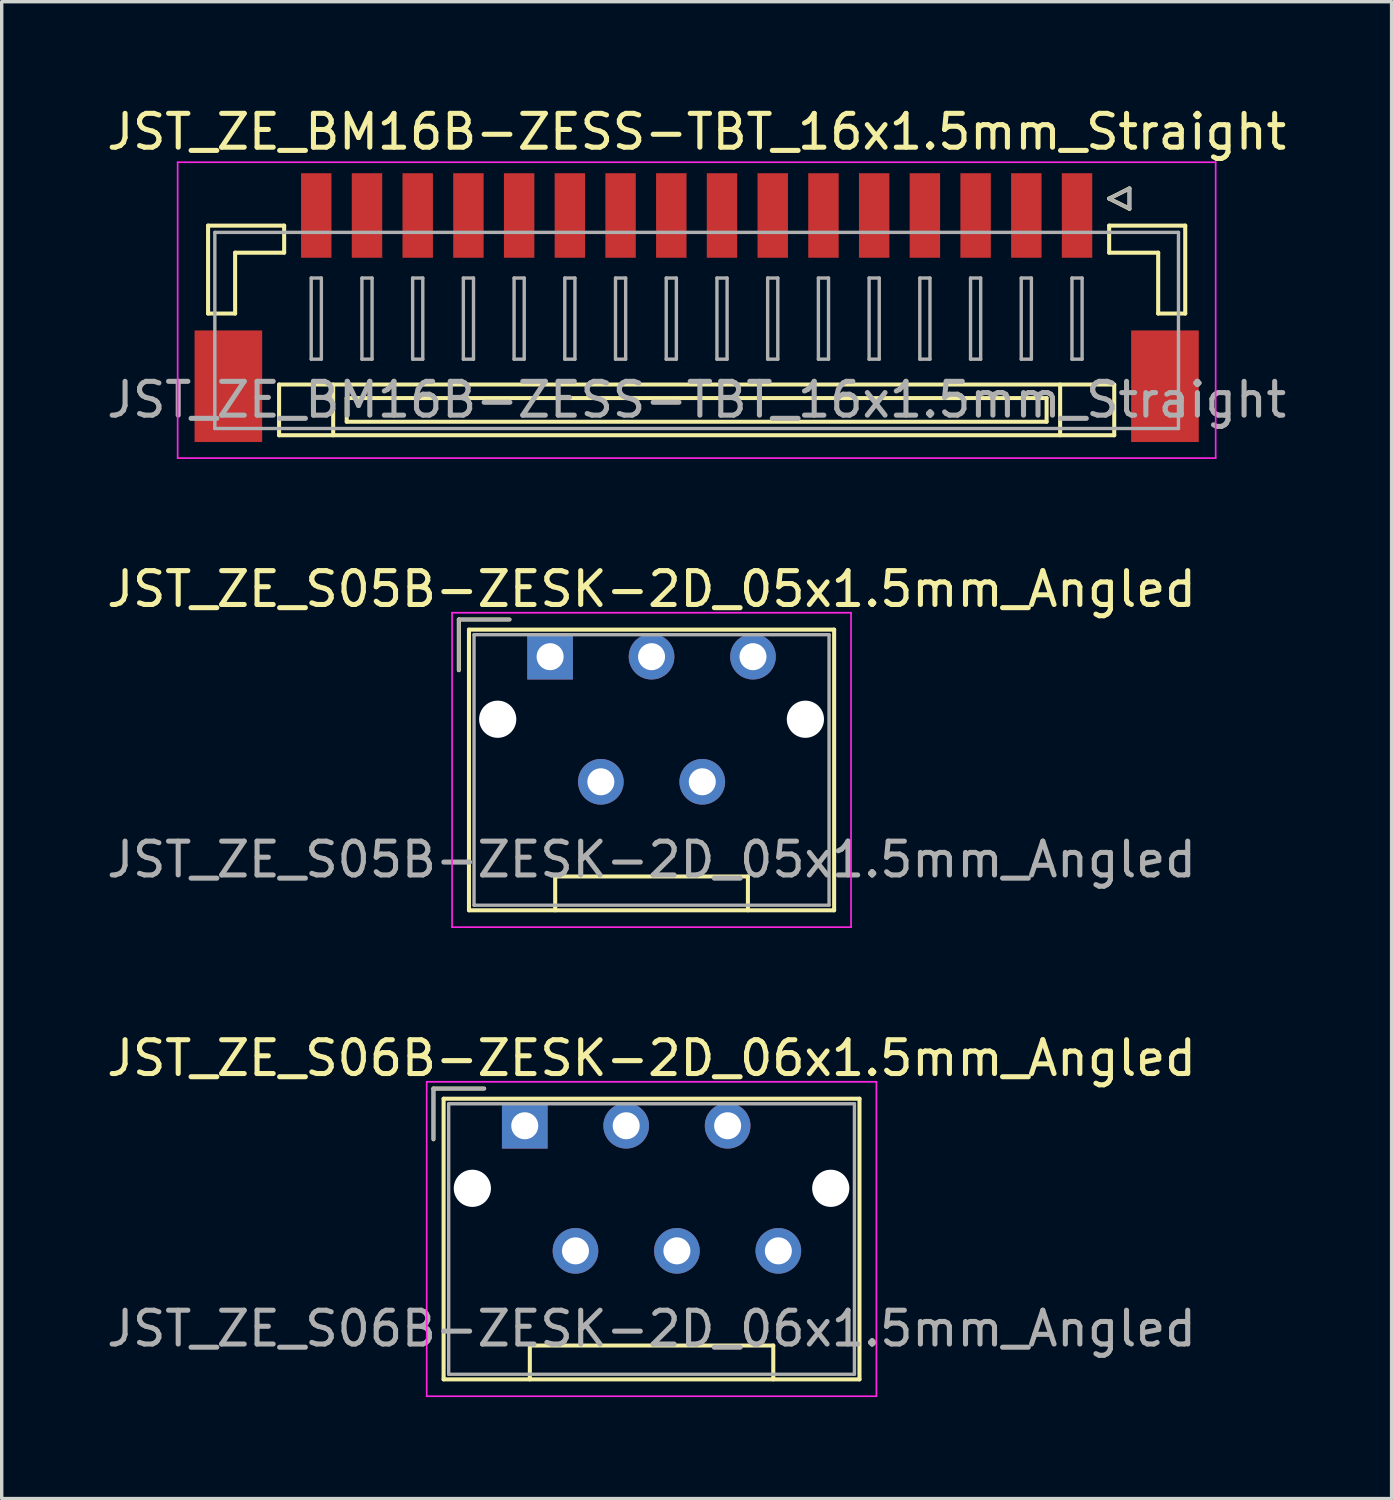
<source format=kicad_pcb>
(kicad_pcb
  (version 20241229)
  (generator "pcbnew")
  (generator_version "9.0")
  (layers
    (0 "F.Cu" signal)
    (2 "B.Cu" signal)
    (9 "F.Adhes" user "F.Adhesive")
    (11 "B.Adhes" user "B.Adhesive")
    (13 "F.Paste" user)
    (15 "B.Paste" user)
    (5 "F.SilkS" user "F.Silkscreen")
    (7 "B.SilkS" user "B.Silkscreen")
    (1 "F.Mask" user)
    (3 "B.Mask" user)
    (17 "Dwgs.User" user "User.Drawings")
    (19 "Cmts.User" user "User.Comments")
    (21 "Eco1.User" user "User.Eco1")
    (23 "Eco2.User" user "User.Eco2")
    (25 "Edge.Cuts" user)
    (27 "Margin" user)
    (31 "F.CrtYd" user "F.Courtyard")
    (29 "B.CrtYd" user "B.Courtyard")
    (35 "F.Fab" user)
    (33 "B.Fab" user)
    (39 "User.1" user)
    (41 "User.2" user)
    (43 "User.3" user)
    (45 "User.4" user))
  (footprint "JST_ZE_BM16B-ZESS-TBT_16x1.5mm_Straight"
    (layer "F.Cu")
    (at 17.554 5.848)
    (property "Reference" "JST_ZE_BM16B-ZESS-TBT_16x1.5mm_Straight" (at 0 -5 0) (layer "F.SilkS") (effects (font (size 1 1) (thickness 0.15))))
    (attr smd)
    (fp_line (start -14.45 -2.225) (end -14.45 0.375) (stroke (width 0.12) (type solid)) (layer "F.SilkS"))
    (fp_line (start -14.45 0.375) (end -13.65 0.375) (stroke (width 0.12) (type solid)) (layer "F.SilkS"))
    (fp_line (start -13.65 -1.425) (end -12.2 -1.425) (stroke (width 0.12) (type solid)) (layer "F.SilkS"))
    (fp_line (start -13.65 0.375) (end -13.65 -1.425) (stroke (width 0.12) (type solid)) (layer "F.SilkS"))
    (fp_line (start -12.35 2.475) (end -12.35 3.975) (stroke (width 0.12) (type solid)) (layer "F.SilkS"))
    (fp_line (start -12.35 3.975) (end 12.35 3.975) (stroke (width 0.12) (type solid)) (layer "F.SilkS"))
    (fp_line (start -12.2 -2.225) (end -14.45 -2.225) (stroke (width 0.12) (type solid)) (layer "F.SilkS"))
    (fp_line (start -12.2 -1.425) (end -12.2 -2.225) (stroke (width 0.12) (type solid)) (layer "F.SilkS"))
    (fp_line (start -10.75 2.475) (end -10.75 3.975) (stroke (width 0.12) (type solid)) (layer "F.SilkS"))
    (fp_line (start -10.35 2.875) (end -10.35 3.575) (stroke (width 0.12) (type solid)) (layer "F.SilkS"))
    (fp_line (start -10.35 3.575) (end 10.35 3.575) (stroke (width 0.12) (type solid)) (layer "F.SilkS"))
    (fp_line (start 10.35 2.875) (end -10.35 2.875) (stroke (width 0.12) (type solid)) (layer "F.SilkS"))
    (fp_line (start 10.35 3.575) (end 10.35 2.875) (stroke (width 0.12) (type solid)) (layer "F.SilkS"))
    (fp_line (start 10.75 2.475) (end 10.75 3.975) (stroke (width 0.12) (type solid)) (layer "F.SilkS"))
    (fp_line (start 12.2 -3.025) (end 12.8 -3.325) (stroke (width 0.12) (type solid)) (layer "F.SilkS"))
    (fp_line (start 12.2 -2.225) (end 14.45 -2.225) (stroke (width 0.12) (type solid)) (layer "F.SilkS"))
    (fp_line (start 12.2 -1.425) (end 12.2 -2.225) (stroke (width 0.12) (type solid)) (layer "F.SilkS"))
    (fp_line (start 12.35 2.475) (end -12.35 2.475) (stroke (width 0.12) (type solid)) (layer "F.SilkS"))
    (fp_line (start 12.35 3.975) (end 12.35 2.475) (stroke (width 0.12) (type solid)) (layer "F.SilkS"))
    (fp_line (start 12.8 -3.325) (end 12.8 -2.725) (stroke (width 0.12) (type solid)) (layer "F.SilkS"))
    (fp_line (start 12.8 -2.725) (end 12.2 -3.025) (stroke (width 0.12) (type solid)) (layer "F.SilkS"))
    (fp_line (start 13.65 -1.425) (end 12.2 -1.425) (stroke (width 0.12) (type solid)) (layer "F.SilkS"))
    (fp_line (start 13.65 0.375) (end 13.65 -1.425) (stroke (width 0.12) (type solid)) (layer "F.SilkS"))
    (fp_line (start 14.45 -2.225) (end 14.45 0.375) (stroke (width 0.12) (type solid)) (layer "F.SilkS"))
    (fp_line (start 14.45 0.375) (end 13.65 0.375) (stroke (width 0.12) (type solid)) (layer "F.SilkS"))
    (fp_line (start -15.35 -4.1) (end -15.35 4.65) (stroke (width 0.05) (type solid)) (layer "F.CrtYd"))
    (fp_line (start -15.35 4.65) (end 15.35 4.65) (stroke (width 0.05) (type solid)) (layer "F.CrtYd"))
    (fp_line (start 15.35 -4.1) (end -15.35 -4.1) (stroke (width 0.05) (type solid)) (layer "F.CrtYd"))
    (fp_line (start 15.35 4.65) (end 15.35 -4.1) (stroke (width 0.05) (type solid)) (layer "F.CrtYd"))
    (fp_line (start -14.25 -2.025) (end -14.25 3.775) (stroke (width 0.1) (type solid)) (layer "F.Fab"))
    (fp_line (start -14.25 3.775) (end 14.25 3.775) (stroke (width 0.1) (type solid)) (layer "F.Fab"))
    (fp_line (start -11.4 -0.675) (end -11.4 1.725) (stroke (width 0.1) (type solid)) (layer "F.Fab"))
    (fp_line (start -11.4 1.725) (end -11.1 1.725) (stroke (width 0.1) (type solid)) (layer "F.Fab"))
    (fp_line (start -11.1 -0.675) (end -11.4 -0.675) (stroke (width 0.1) (type solid)) (layer "F.Fab"))
    (fp_line (start -11.1 1.725) (end -11.1 -0.675) (stroke (width 0.1) (type solid)) (layer "F.Fab"))
    (fp_line (start -9.9 -0.675) (end -9.9 1.725) (stroke (width 0.1) (type solid)) (layer "F.Fab"))
    (fp_line (start -9.9 1.725) (end -9.6 1.725) (stroke (width 0.1) (type solid)) (layer "F.Fab"))
    (fp_line (start -9.6 -0.675) (end -9.9 -0.675) (stroke (width 0.1) (type solid)) (layer "F.Fab"))
    (fp_line (start -9.6 1.725) (end -9.6 -0.675) (stroke (width 0.1) (type solid)) (layer "F.Fab"))
    (fp_line (start -8.4 -0.675) (end -8.4 1.725) (stroke (width 0.1) (type solid)) (layer "F.Fab"))
    (fp_line (start -8.4 1.725) (end -8.1 1.725) (stroke (width 0.1) (type solid)) (layer "F.Fab"))
    (fp_line (start -8.1 -0.675) (end -8.4 -0.675) (stroke (width 0.1) (type solid)) (layer "F.Fab"))
    (fp_line (start -8.1 1.725) (end -8.1 -0.675) (stroke (width 0.1) (type solid)) (layer "F.Fab"))
    (fp_line (start -6.9 -0.675) (end -6.9 1.725) (stroke (width 0.1) (type solid)) (layer "F.Fab"))
    (fp_line (start -6.9 1.725) (end -6.6 1.725) (stroke (width 0.1) (type solid)) (layer "F.Fab"))
    (fp_line (start -6.6 -0.675) (end -6.9 -0.675) (stroke (width 0.1) (type solid)) (layer "F.Fab"))
    (fp_line (start -6.6 1.725) (end -6.6 -0.675) (stroke (width 0.1) (type solid)) (layer "F.Fab"))
    (fp_line (start -5.4 -0.675) (end -5.4 1.725) (stroke (width 0.1) (type solid)) (layer "F.Fab"))
    (fp_line (start -5.4 1.725) (end -5.1 1.725) (stroke (width 0.1) (type solid)) (layer "F.Fab"))
    (fp_line (start -5.1 -0.675) (end -5.4 -0.675) (stroke (width 0.1) (type solid)) (layer "F.Fab"))
    (fp_line (start -5.1 1.725) (end -5.1 -0.675) (stroke (width 0.1) (type solid)) (layer "F.Fab"))
    (fp_line (start -3.9 -0.675) (end -3.9 1.725) (stroke (width 0.1) (type solid)) (layer "F.Fab"))
    (fp_line (start -3.9 1.725) (end -3.6 1.725) (stroke (width 0.1) (type solid)) (layer "F.Fab"))
    (fp_line (start -3.6 -0.675) (end -3.9 -0.675) (stroke (width 0.1) (type solid)) (layer "F.Fab"))
    (fp_line (start -3.6 1.725) (end -3.6 -0.675) (stroke (width 0.1) (type solid)) (layer "F.Fab"))
    (fp_line (start -2.4 -0.675) (end -2.4 1.725) (stroke (width 0.1) (type solid)) (layer "F.Fab"))
    (fp_line (start -2.4 1.725) (end -2.1 1.725) (stroke (width 0.1) (type solid)) (layer "F.Fab"))
    (fp_line (start -2.1 -0.675) (end -2.4 -0.675) (stroke (width 0.1) (type solid)) (layer "F.Fab"))
    (fp_line (start -2.1 1.725) (end -2.1 -0.675) (stroke (width 0.1) (type solid)) (layer "F.Fab"))
    (fp_line (start -0.9 -0.675) (end -0.9 1.725) (stroke (width 0.1) (type solid)) (layer "F.Fab"))
    (fp_line (start -0.9 1.725) (end -0.6 1.725) (stroke (width 0.1) (type solid)) (layer "F.Fab"))
    (fp_line (start -0.6 -0.675) (end -0.9 -0.675) (stroke (width 0.1) (type solid)) (layer "F.Fab"))
    (fp_line (start -0.6 1.725) (end -0.6 -0.675) (stroke (width 0.1) (type solid)) (layer "F.Fab"))
    (fp_line (start 0.6 -0.675) (end 0.6 1.725) (stroke (width 0.1) (type solid)) (layer "F.Fab"))
    (fp_line (start 0.6 1.725) (end 0.9 1.725) (stroke (width 0.1) (type solid)) (layer "F.Fab"))
    (fp_line (start 0.9 -0.675) (end 0.6 -0.675) (stroke (width 0.1) (type solid)) (layer "F.Fab"))
    (fp_line (start 0.9 1.725) (end 0.9 -0.675) (stroke (width 0.1) (type solid)) (layer "F.Fab"))
    (fp_line (start 2.1 -0.675) (end 2.1 1.725) (stroke (width 0.1) (type solid)) (layer "F.Fab"))
    (fp_line (start 2.1 1.725) (end 2.4 1.725) (stroke (width 0.1) (type solid)) (layer "F.Fab"))
    (fp_line (start 2.4 -0.675) (end 2.1 -0.675) (stroke (width 0.1) (type solid)) (layer "F.Fab"))
    (fp_line (start 2.4 1.725) (end 2.4 -0.675) (stroke (width 0.1) (type solid)) (layer "F.Fab"))
    (fp_line (start 3.6 -0.675) (end 3.6 1.725) (stroke (width 0.1) (type solid)) (layer "F.Fab"))
    (fp_line (start 3.6 1.725) (end 3.9 1.725) (stroke (width 0.1) (type solid)) (layer "F.Fab"))
    (fp_line (start 3.9 -0.675) (end 3.6 -0.675) (stroke (width 0.1) (type solid)) (layer "F.Fab"))
    (fp_line (start 3.9 1.725) (end 3.9 -0.675) (stroke (width 0.1) (type solid)) (layer "F.Fab"))
    (fp_line (start 5.1 -0.675) (end 5.1 1.725) (stroke (width 0.1) (type solid)) (layer "F.Fab"))
    (fp_line (start 5.1 1.725) (end 5.4 1.725) (stroke (width 0.1) (type solid)) (layer "F.Fab"))
    (fp_line (start 5.4 -0.675) (end 5.1 -0.675) (stroke (width 0.1) (type solid)) (layer "F.Fab"))
    (fp_line (start 5.4 1.725) (end 5.4 -0.675) (stroke (width 0.1) (type solid)) (layer "F.Fab"))
    (fp_line (start 6.6 -0.675) (end 6.6 1.725) (stroke (width 0.1) (type solid)) (layer "F.Fab"))
    (fp_line (start 6.6 1.725) (end 6.9 1.725) (stroke (width 0.1) (type solid)) (layer "F.Fab"))
    (fp_line (start 6.9 -0.675) (end 6.6 -0.675) (stroke (width 0.1) (type solid)) (layer "F.Fab"))
    (fp_line (start 6.9 1.725) (end 6.9 -0.675) (stroke (width 0.1) (type solid)) (layer "F.Fab"))
    (fp_line (start 8.1 -0.675) (end 8.1 1.725) (stroke (width 0.1) (type solid)) (layer "F.Fab"))
    (fp_line (start 8.1 1.725) (end 8.4 1.725) (stroke (width 0.1) (type solid)) (layer "F.Fab"))
    (fp_line (start 8.4 -0.675) (end 8.1 -0.675) (stroke (width 0.1) (type solid)) (layer "F.Fab"))
    (fp_line (start 8.4 1.725) (end 8.4 -0.675) (stroke (width 0.1) (type solid)) (layer "F.Fab"))
    (fp_line (start 9.6 -0.675) (end 9.6 1.725) (stroke (width 0.1) (type solid)) (layer "F.Fab"))
    (fp_line (start 9.6 1.725) (end 9.9 1.725) (stroke (width 0.1) (type solid)) (layer "F.Fab"))
    (fp_line (start 9.9 -0.675) (end 9.6 -0.675) (stroke (width 0.1) (type solid)) (layer "F.Fab"))
    (fp_line (start 9.9 1.725) (end 9.9 -0.675) (stroke (width 0.1) (type solid)) (layer "F.Fab"))
    (fp_line (start 11.1 -0.675) (end 11.1 1.725) (stroke (width 0.1) (type solid)) (layer "F.Fab"))
    (fp_line (start 11.1 1.725) (end 11.4 1.725) (stroke (width 0.1) (type solid)) (layer "F.Fab"))
    (fp_line (start 11.4 -0.675) (end 11.1 -0.675) (stroke (width 0.1) (type solid)) (layer "F.Fab"))
    (fp_line (start 11.4 1.725) (end 11.4 -0.675) (stroke (width 0.1) (type solid)) (layer "F.Fab"))
    (fp_line (start 12.2 -3.025) (end 12.8 -3.325) (stroke (width 0.1) (type solid)) (layer "F.Fab"))
    (fp_line (start 12.8 -3.325) (end 12.8 -2.725) (stroke (width 0.1) (type solid)) (layer "F.Fab"))
    (fp_line (start 12.8 -2.725) (end 12.2 -3.025) (stroke (width 0.1) (type solid)) (layer "F.Fab"))
    (fp_line (start 14.25 -2.025) (end -14.25 -2.025) (stroke (width 0.1) (type solid)) (layer "F.Fab"))
    (fp_line (start 14.25 3.775) (end 14.25 -2.025) (stroke (width 0.1) (type solid)) (layer "F.Fab"))
    (fp_text user "${REFERENCE}" (at 0 2.925 0) (layer "F.Fab") (effects (font (size 1 1) (thickness 0.15))))
    (pad "" smd rect (at -13.85 2.525) (size 2 3.3) (layers "F.Cu" "F.Mask" "F.Paste"))
    (pad "" smd rect (at 13.85 2.525) (size 2 3.3) (layers "F.Cu" "F.Mask" "F.Paste"))
    (pad "1" smd rect (at 11.25 -2.525) (size 0.9 2.5) (layers "F.Cu" "F.Mask" "F.Paste"))
    (pad "2" smd rect (at 9.75 -2.525) (size 0.9 2.5) (layers "F.Cu" "F.Mask" "F.Paste"))
    (pad "3" smd rect (at 8.25 -2.525) (size 0.9 2.5) (layers "F.Cu" "F.Mask" "F.Paste"))
    (pad "4" smd rect (at 6.75 -2.525) (size 0.9 2.5) (layers "F.Cu" "F.Mask" "F.Paste"))
    (pad "5" smd rect (at 5.25 -2.525) (size 0.9 2.5) (layers "F.Cu" "F.Mask" "F.Paste"))
    (pad "6" smd rect (at 3.75 -2.525) (size 0.9 2.5) (layers "F.Cu" "F.Mask" "F.Paste"))
    (pad "7" smd rect (at 2.25 -2.525) (size 0.9 2.5) (layers "F.Cu" "F.Mask" "F.Paste"))
    (pad "8" smd rect (at 0.75 -2.525) (size 0.9 2.5) (layers "F.Cu" "F.Mask" "F.Paste"))
    (pad "9" smd rect (at -0.75 -2.525) (size 0.9 2.5) (layers "F.Cu" "F.Mask" "F.Paste"))
    (pad "10" smd rect (at -2.25 -2.525) (size 0.9 2.5) (layers "F.Cu" "F.Mask" "F.Paste"))
    (pad "11" smd rect (at -3.75 -2.525) (size 0.9 2.5) (layers "F.Cu" "F.Mask" "F.Paste"))
    (pad "12" smd rect (at -5.25 -2.525) (size 0.9 2.5) (layers "F.Cu" "F.Mask" "F.Paste"))
    (pad "13" smd rect (at -6.75 -2.525) (size 0.9 2.5) (layers "F.Cu" "F.Mask" "F.Paste"))
    (pad "14" smd rect (at -8.25 -2.525) (size 0.9 2.5) (layers "F.Cu" "F.Mask" "F.Paste"))
    (pad "15" smd rect (at -9.75 -2.525) (size 0.9 2.5) (layers "F.Cu" "F.Mask" "F.Paste"))
    (pad "16" smd rect (at -11.25 -2.525) (size 0.9 2.5) (layers "F.Cu" "F.Mask" "F.Paste")))
  (footprint "JST_ZE_S06B-ZESK-2D_06x1.5mm_Angled"
    (layer "F.Cu")
    (at 12.47 30.245)
    (property "Reference" "JST_ZE_S06B-ZESK-2D_06x1.5mm_Angled" (at 3.75 -2 0) (layer "F.SilkS") (effects (font (size 1 1) (thickness 0.15))))
    (attr through_hole)
    (fp_line (start -2.7 -1.1) (end -1.2 -1.1) (stroke (width 0.12) (type solid)) (layer "F.SilkS"))
    (fp_line (start -2.7 0.4) (end -2.7 -1.1) (stroke (width 0.12) (type solid)) (layer "F.SilkS"))
    (fp_line (start -2.4 -0.8) (end -2.4 7.5) (stroke (width 0.12) (type solid)) (layer "F.SilkS"))
    (fp_line (start -2.4 7.5) (end 9.9 7.5) (stroke (width 0.12) (type solid)) (layer "F.SilkS"))
    (fp_line (start 0.15 6.5) (end 7.35 6.5) (stroke (width 0.12) (type solid)) (layer "F.SilkS"))
    (fp_line (start 0.15 7.5) (end 0.15 6.5) (stroke (width 0.12) (type solid)) (layer "F.SilkS"))
    (fp_line (start 7.35 6.5) (end 7.35 7.5) (stroke (width 0.12) (type solid)) (layer "F.SilkS"))
    (fp_line (start 9.9 -0.8) (end -2.4 -0.8) (stroke (width 0.12) (type solid)) (layer "F.SilkS"))
    (fp_line (start 9.9 7.5) (end 9.9 -0.8) (stroke (width 0.12) (type solid)) (layer "F.SilkS"))
    (fp_line (start -2.9 -1.3) (end -2.9 8) (stroke (width 0.05) (type solid)) (layer "F.CrtYd"))
    (fp_line (start -2.9 8) (end 10.4 8) (stroke (width 0.05) (type solid)) (layer "F.CrtYd"))
    (fp_line (start 10.4 -1.3) (end -2.9 -1.3) (stroke (width 0.05) (type solid)) (layer "F.CrtYd"))
    (fp_line (start 10.4 8) (end 10.4 -1.3) (stroke (width 0.05) (type solid)) (layer "F.CrtYd"))
    (fp_line (start -2.7 -1.1) (end -1.2 -1.1) (stroke (width 0.1) (type solid)) (layer "F.Fab"))
    (fp_line (start -2.7 0.4) (end -2.7 -1.1) (stroke (width 0.1) (type solid)) (layer "F.Fab"))
    (fp_line (start -2.25 -0.65) (end -2.25 7.35) (stroke (width 0.1) (type solid)) (layer "F.Fab"))
    (fp_line (start -2.25 7.35) (end 9.75 7.35) (stroke (width 0.1) (type solid)) (layer "F.Fab"))
    (fp_line (start 9.75 -0.65) (end -2.25 -0.65) (stroke (width 0.1) (type solid)) (layer "F.Fab"))
    (fp_line (start 9.75 7.35) (end 9.75 -0.65) (stroke (width 0.1) (type solid)) (layer "F.Fab"))
    (fp_text user "${REFERENCE}" (at 3.75 6 0) (layer "F.Fab") (effects (font (size 1 1) (thickness 0.15))))
    (pad "" np_thru_hole circle (at -1.55 1.85) (size 1.1 1.1) (drill 1.1) (layers "*.Cu"))
    (pad "" np_thru_hole circle (at 9.05 1.85) (size 1.1 1.1) (drill 1.1) (layers "*.Cu"))
    (pad "1" thru_hole rect (at 0 0) (size 1.35 1.35) (drill 0.8) (layers "*.Cu" "*.Mask"))
    (pad "2" thru_hole circle (at 1.5 3.7) (size 1.35 1.35) (drill 0.8) (layers "*.Cu" "*.Mask"))
    (pad "3" thru_hole circle (at 3 0) (size 1.35 1.35) (drill 0.8) (layers "*.Cu" "*.Mask"))
    (pad "4" thru_hole circle (at 4.5 3.7) (size 1.35 1.35) (drill 0.8) (layers "*.Cu" "*.Mask"))
    (pad "5" thru_hole circle (at 6 0) (size 1.35 1.35) (drill 0.8) (layers "*.Cu" "*.Mask"))
    (pad "6" thru_hole circle (at 7.5 3.7) (size 1.35 1.35) (drill 0.8) (layers "*.Cu" "*.Mask")))
  (footprint "JST_ZE_S05B-ZESK-2D_05x1.5mm_Angled"
    (layer "F.Cu")
    (at 13.22 16.372)
    (property "Reference" "JST_ZE_S05B-ZESK-2D_05x1.5mm_Angled" (at 3 -2 0) (layer "F.SilkS") (effects (font (size 1 1) (thickness 0.15))))
    (attr through_hole)
    (fp_line (start -2.7 -1.1) (end -1.2 -1.1) (stroke (width 0.12) (type solid)) (layer "F.SilkS"))
    (fp_line (start -2.7 0.4) (end -2.7 -1.1) (stroke (width 0.12) (type solid)) (layer "F.SilkS"))
    (fp_line (start -2.4 -0.8) (end -2.4 7.5) (stroke (width 0.12) (type solid)) (layer "F.SilkS"))
    (fp_line (start -2.4 7.5) (end 8.4 7.5) (stroke (width 0.12) (type solid)) (layer "F.SilkS"))
    (fp_line (start 0.15 6.5) (end 5.85 6.5) (stroke (width 0.12) (type solid)) (layer "F.SilkS"))
    (fp_line (start 0.15 7.5) (end 0.15 6.5) (stroke (width 0.12) (type solid)) (layer "F.SilkS"))
    (fp_line (start 5.85 6.5) (end 5.85 7.5) (stroke (width 0.12) (type solid)) (layer "F.SilkS"))
    (fp_line (start 8.4 -0.8) (end -2.4 -0.8) (stroke (width 0.12) (type solid)) (layer "F.SilkS"))
    (fp_line (start 8.4 7.5) (end 8.4 -0.8) (stroke (width 0.12) (type solid)) (layer "F.SilkS"))
    (fp_line (start -2.9 -1.3) (end -2.9 8) (stroke (width 0.05) (type solid)) (layer "F.CrtYd"))
    (fp_line (start -2.9 8) (end 8.9 8) (stroke (width 0.05) (type solid)) (layer "F.CrtYd"))
    (fp_line (start 8.9 -1.3) (end -2.9 -1.3) (stroke (width 0.05) (type solid)) (layer "F.CrtYd"))
    (fp_line (start 8.9 8) (end 8.9 -1.3) (stroke (width 0.05) (type solid)) (layer "F.CrtYd"))
    (fp_line (start -2.7 -1.1) (end -1.2 -1.1) (stroke (width 0.1) (type solid)) (layer "F.Fab"))
    (fp_line (start -2.7 0.4) (end -2.7 -1.1) (stroke (width 0.1) (type solid)) (layer "F.Fab"))
    (fp_line (start -2.25 -0.65) (end -2.25 7.35) (stroke (width 0.1) (type solid)) (layer "F.Fab"))
    (fp_line (start -2.25 7.35) (end 8.25 7.35) (stroke (width 0.1) (type solid)) (layer "F.Fab"))
    (fp_line (start 8.25 -0.65) (end -2.25 -0.65) (stroke (width 0.1) (type solid)) (layer "F.Fab"))
    (fp_line (start 8.25 7.35) (end 8.25 -0.65) (stroke (width 0.1) (type solid)) (layer "F.Fab"))
    (fp_text user "${REFERENCE}" (at 3 6 0) (layer "F.Fab") (effects (font (size 1 1) (thickness 0.15))))
    (pad "" np_thru_hole circle (at -1.55 1.85) (size 1.1 1.1) (drill 1.1) (layers "*.Cu"))
    (pad "" np_thru_hole circle (at 7.55 1.85) (size 1.1 1.1) (drill 1.1) (layers "*.Cu"))
    (pad "1" thru_hole rect (at 0 0) (size 1.35 1.35) (drill 0.8) (layers "*.Cu" "*.Mask"))
    (pad "2" thru_hole circle (at 1.5 3.7) (size 1.35 1.35) (drill 0.8) (layers "*.Cu" "*.Mask"))
    (pad "3" thru_hole circle (at 3 0) (size 1.35 1.35) (drill 0.8) (layers "*.Cu" "*.Mask"))
    (pad "4" thru_hole circle (at 4.5 3.7) (size 1.35 1.35) (drill 0.8) (layers "*.Cu" "*.Mask"))
    (pad "5" thru_hole circle (at 6 0) (size 1.35 1.35) (drill 0.8) (layers "*.Cu" "*.Mask")))
  (gr_rect
    (start -3 -3)
    (end 38.107 41.27)
    (stroke (width 0.1) (type default))
    (fill no)
    (layer "Edge.Cuts")))
</source>
